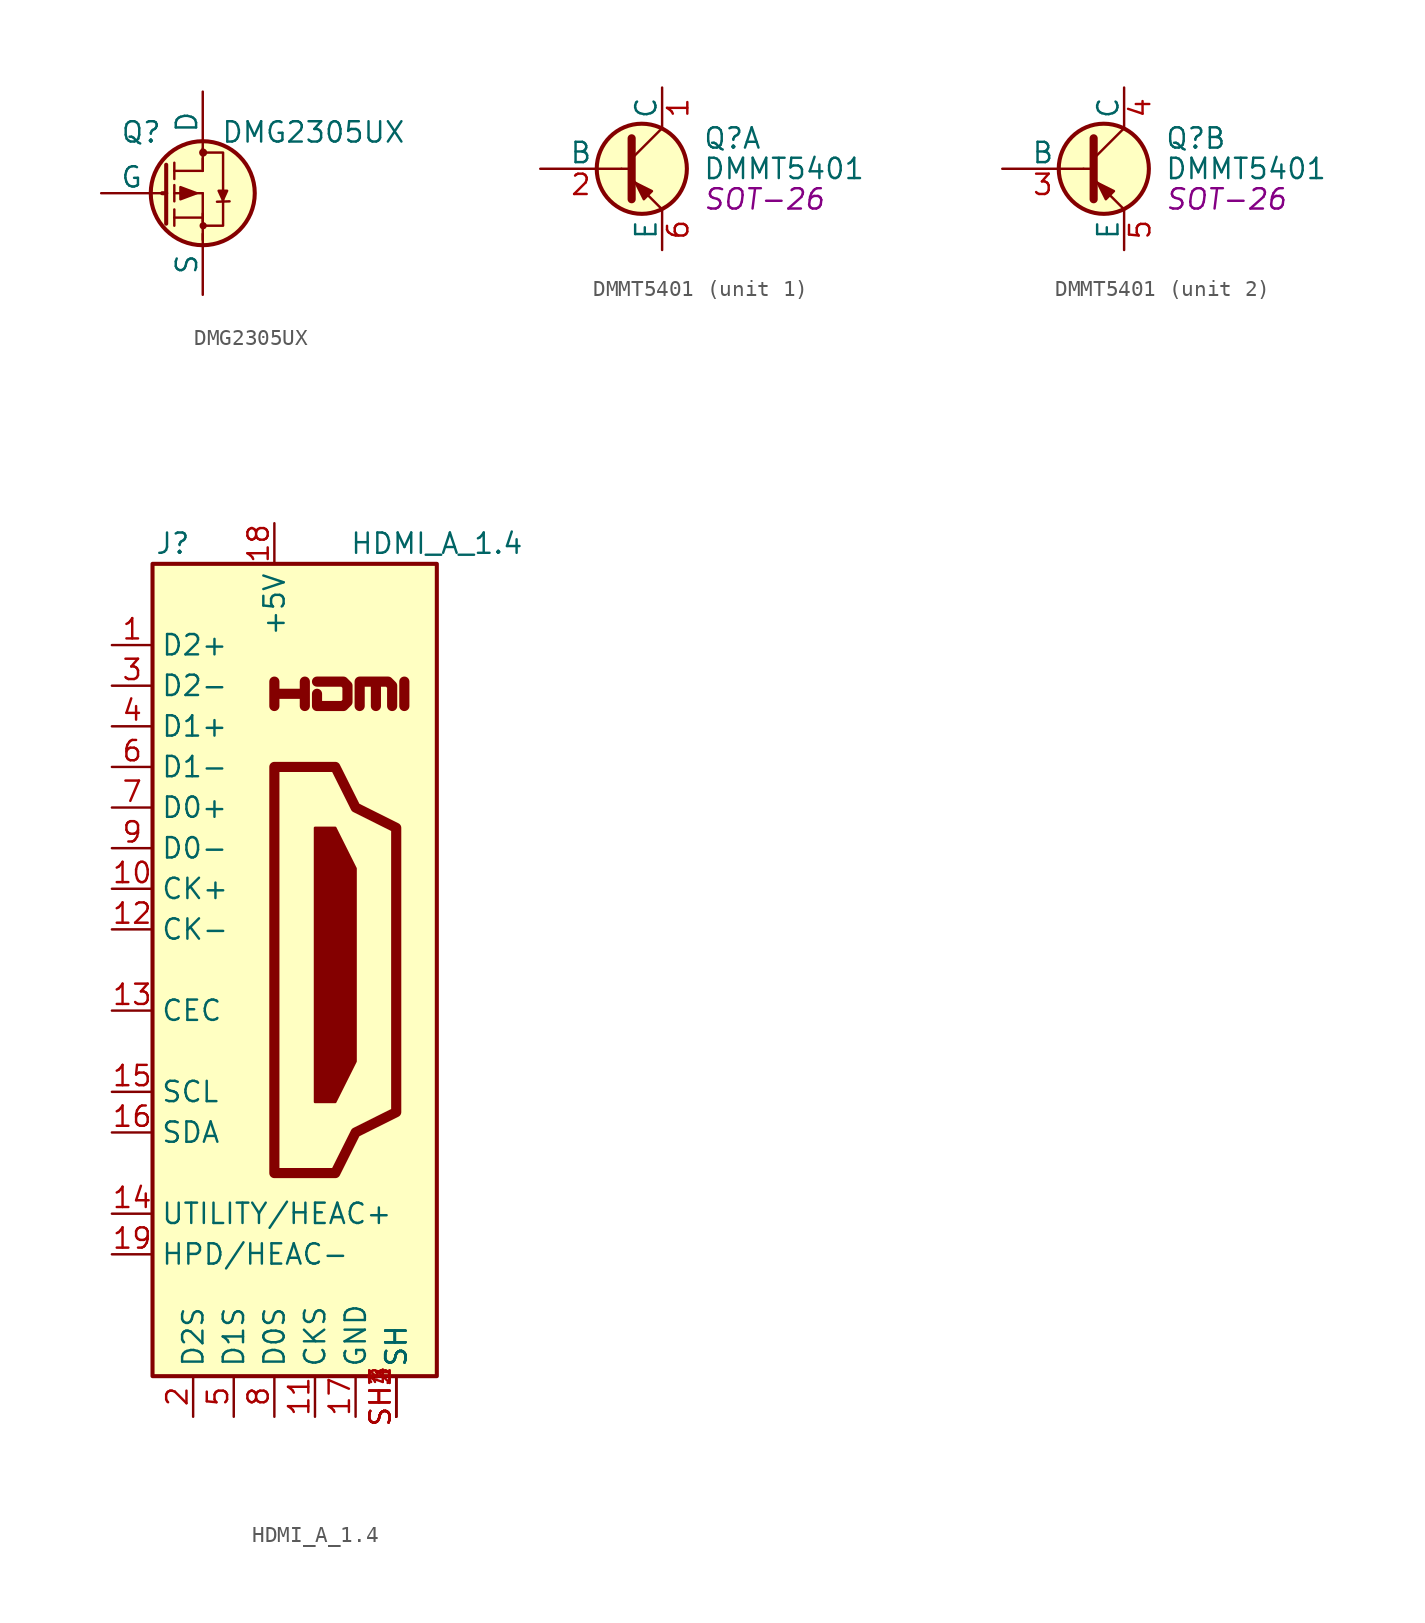
<source format=kicad_sym>
(kicad_symbol_lib
  (version 20201005)
  (generator kicad_symbol_editor)
  (symbol "CarPiPowerHat:DMG2305UX"
    (pin_numbers hide)
    (pin_names
      (offset 0))
    (property "Reference" "Q"
      (at -2.54 3.81 0)
      (effects (font (size 1.27 1.27)) (justify right)))
    (property "Value" "DMG2305UX"
      (at 12.7 3.81 0)
      (effects (font (size 1.27 1.27)) (justify right)))
    (property "Footprint" ""
      (at 5.08 4.953 0)
      (effects (font (size 1.27 1.27))))
    (property "Datasheet" ""
      (at -2.54 0 0)
      (effects (font (size 1.27 1.27))))
    (symbol "DMG2305UX_0_1"
      (circle (center 0.025 -2.032) (radius 0.152) (stroke (width 0)) (fill (type outline)))
      (circle (center 0.025 2.54) (radius 0.178) (stroke (width 0)) (fill (type outline)))
      (circle (center 0 0) (radius 3.251) (stroke (width 0.254)) (fill (type background)))
      (polyline (pts (xy -2.54 0) (xy -2.286 0)) (stroke (width 0.254)) (fill (type none)))
      (polyline (pts (xy -1.778 -1.524) (xy 0 -1.524)) (stroke (width 0)) (fill (type none)))
      (polyline (pts (xy -1.778 -1.016) (xy -1.778 -2.032)) (stroke (width 0)) (fill (type none)))
      (polyline (pts (xy -1.778 0) (xy 0 0)) (stroke (width 0)) (fill (type none)))
      (polyline (pts (xy -1.778 0.508) (xy -1.778 -0.508)) (stroke (width 0)) (fill (type none)))
      (polyline (pts (xy -1.778 1.397) (xy 0 1.397)) (stroke (width 0)) (fill (type none)))
      (polyline (pts (xy -1.778 1.905) (xy -1.778 0.889)) (stroke (width 0)) (fill (type none)))
      (polyline (pts (xy 0 -2.032) (xy 0 -2.921)) (stroke (width 0)) (fill (type none)))
      (polyline (pts (xy 0 -1.778) (xy 0 0)) (stroke (width 0)) (fill (type none)))
      (polyline (pts (xy 0 -1.27) (xy 0 -2.032)) (stroke (width 0)) (fill (type none)))
      (polyline (pts (xy 0 1.524) (xy 0 2.794)) (stroke (width 0)) (fill (type none)))
      (polyline (pts (xy 0 2.159) (xy 0 1.397)) (stroke (width 0)) (fill (type none)))
      (polyline (pts (xy 0.889 -0.533) (xy 1.676 -0.508)) (stroke (width 0)) (fill (type none)))
      (polyline (pts (xy -2.286 1.778) (xy -2.286 -1.905) (xy -2.286 -1.397) (xy -2.286 -1.651)) (stroke (width 0.254)) (fill (type none)))
      (polyline (pts (xy 0 2.54) (xy 1.27 2.54) (xy 1.27 0.508) (xy 1.27 -2.032) (xy 0 -2.032)) (stroke (width 0)) (fill (type none)))
      (polyline (pts (xy -0.381 0) (xy -1.397 0.381) (xy -1.397 -0.381) (xy -0.381 0)) (stroke (width 0)) (fill (type outline)))
      (polyline (pts (xy 1.27 -0.457) (xy 0.991 0.152) (xy 1.524 0.152) (xy 1.245 -0.457)) (stroke (width 0)) (fill (type outline))))
    (symbol "DMG2305UX_1_1"
      (pin input line (at -6.35 0 0) (length 3.81) (name "G" (effects (font (size 1.27 1.27)))) (number "1" (effects (font (size 1.27 1.27)))))
      (pin passive line (at 0 -6.35 90) (length 3.81) (name "S" (effects (font (size 1.27 1.27)))) (number "2" (effects (font (size 1.27 1.27)))))
      (pin passive line (at 0 6.35 270) (length 3.81) (name "D" (effects (font (size 1.27 1.27)))) (number "3" (effects (font (size 1.27 1.27)))))))
  (symbol "CarPiPowerHat:DMMT5401"
    (pin_names
      (offset 0))
    (property "Reference" "Q"
      (at 5.08 1.905 0)
      (effects (font (size 1.27 1.27)) (justify left)))
    (property "Value" "DMMT5401"
      (at 5.08 0 0)
      (effects (font (size 1.27 1.27)) (justify left)))
    (property "Footprint" "SOT-26"
      (at 5.08 -1.905 0)
      (effects (font (size 1.27 1.27) italic) (justify left)))
    (property "Datasheet" ""
      (at 0 0 0)
      (effects (font (size 1.27 1.27)) (justify left)))
    (symbol "DMMT5401_0_1"
      (circle (center 1.27 0) (radius 2.819) (stroke (width 0.254)) (fill (type background)))
      (polyline (pts (xy 0 0) (xy 0.635 0)) (stroke (width 0)) (fill (type none)))
      (polyline (pts (xy 2.54 -2.54) (xy 0.635 -0.635)) (stroke (width 0)) (fill (type none)))
      (polyline (pts (xy 2.54 2.54) (xy 0.635 0.635)) (stroke (width 0)) (fill (type none)))
      (polyline (pts (xy 0.635 1.905) (xy 0.635 -1.905) (xy 0.635 -1.905)) (stroke (width 0.508)) (fill (type outline)))
      (polyline (pts (xy 1.397 -1.905) (xy 1.905 -1.397) (xy 0.889 -0.889) (xy 1.397 -1.905) (xy 1.397 -1.905)) (stroke (width 0)) (fill (type outline))))
    (symbol "DMMT5401_1_1"
      (pin passive line (at 2.54 5.08 270) (length 2.54) (name "C" (effects (font (size 1.27 1.27)))) (number "1" (effects (font (size 1.27 1.27)))))
      (pin input line (at -5.08 0 0) (length 5.08) (name "B" (effects (font (size 1.27 1.27)))) (number "2" (effects (font (size 1.27 1.27)))))
      (pin passive line (at 2.54 -5.08 90) (length 2.54) (name "E" (effects (font (size 1.27 1.27)))) (number "6" (effects (font (size 1.27 1.27))))))
    (symbol "DMMT5401_2_1"
      (pin input line (at -5.08 0 0) (length 5.08) (name "B" (effects (font (size 1.27 1.27)))) (number "3" (effects (font (size 1.27 1.27)))))
      (pin passive line (at 2.54 5.08 270) (length 2.54) (name "C" (effects (font (size 1.27 1.27)))) (number "4" (effects (font (size 1.27 1.27)))))
      (pin passive line (at 2.54 -5.08 90) (length 2.54) (name "E" (effects (font (size 1.27 1.27)))) (number "5" (effects (font (size 1.27 1.27)))))))
  (symbol "CarPiPowerHat:HDMI_A_1.4"
    (property "Reference" "J"
      (at -6.35 26.67 0)
      (effects (font (size 1.27 1.27))))
    (property "Value" "HDMI_A_1.4"
      (at 10.16 26.67 0)
      (effects (font (size 1.27 1.27))))
    (symbol "HDMI_A_1.4_0_0"
      (polyline (pts (xy 8.128 16.51) (xy 8.128 18.034)) (stroke (width 0.635)) (fill (type none)))
      (polyline (pts (xy 0 16.51) (xy 0 18.034) (xy 0 17.272) (xy 1.905 17.272) (xy 1.905 18.034) (xy 1.905 16.51)) (stroke (width 0.635)) (fill (type none)))
      (polyline (pts (xy 2.667 18.034) (xy 4.318 18.034) (xy 4.572 17.78) (xy 4.572 16.764) (xy 4.318 16.51) (xy 2.667 16.51) (xy 2.667 17.272)) (stroke (width 0.635)) (fill (type none)))
      (pin passive line (at 7.62 -27.94 90) (length 2.54) (name "SH" (effects (font (size 1.27 1.27)))) (number "SH2" (effects (font (size 1.27 1.27)))))
      (pin passive line (at 7.62 -27.94 90) (length 2.54) (name "SH" (effects (font (size 1.27 1.27)))) (number "SH3" (effects (font (size 1.27 1.27)))))
      (pin passive line (at 7.62 -27.94 90) (length 2.54) (name "SH" (effects (font (size 1.27 1.27)))) (number "SH4" (effects (font (size 1.27 1.27))))))
    (symbol "HDMI_A_1.4_0_1"
      (rectangle (start -7.62 25.4) (end 10.16 -25.4) (stroke (width 0.254)) (fill (type background)))
      (polyline (pts (xy 5.334 16.51) (xy 5.334 18.034) (xy 6.35 18.034) (xy 6.35 16.51) (xy 6.35 18.034) (xy 7.112 18.034) (xy 7.366 17.78) (xy 7.366 16.51)) (stroke (width 0.635)) (fill (type none)))
      (polyline (pts (xy 0 12.7) (xy 0 -12.7) (xy 3.81 -12.7) (xy 5.08 -10.16) (xy 7.62 -8.89) (xy 7.62 8.89) (xy 5.08 10.16) (xy 3.81 12.7) (xy 0 12.7)) (stroke (width 0.635)) (fill (type none)))
      (polyline (pts (xy 2.54 8.89) (xy 3.81 8.89) (xy 5.08 6.35) (xy 5.08 -5.715) (xy 3.81 -8.255) (xy 2.54 -8.255) (xy 2.54 8.89)) (stroke (width 0)) (fill (type outline))))
    (symbol "HDMI_A_1.4_1_1"
      (pin passive line (at -10.16 20.32 0) (length 2.54) (name "D2+" (effects (font (size 1.27 1.27)))) (number "1" (effects (font (size 1.27 1.27)))))
      (pin passive line (at -10.16 5.08 0) (length 2.54) (name "CK+" (effects (font (size 1.27 1.27)))) (number "10" (effects (font (size 1.27 1.27)))))
      (pin power_in line (at 2.54 -27.94 90) (length 2.54) (name "CKS" (effects (font (size 1.27 1.27)))) (number "11" (effects (font (size 1.27 1.27)))))
      (pin passive line (at -10.16 2.54 0) (length 2.54) (name "CK-" (effects (font (size 1.27 1.27)))) (number "12" (effects (font (size 1.27 1.27)))))
      (pin bidirectional line (at -10.16 -2.54 0) (length 2.54) (name "CEC" (effects (font (size 1.27 1.27)))) (number "13" (effects (font (size 1.27 1.27)))))
      (pin passive line (at -10.16 -15.24 0) (length 2.54) (name "UTILITY/HEAC+" (effects (font (size 1.27 1.27)))) (number "14" (effects (font (size 1.27 1.27)))))
      (pin passive line (at -10.16 -7.62 0) (length 2.54) (name "SCL" (effects (font (size 1.27 1.27)))) (number "15" (effects (font (size 1.27 1.27)))))
      (pin bidirectional line (at -10.16 -10.16 0) (length 2.54) (name "SDA" (effects (font (size 1.27 1.27)))) (number "16" (effects (font (size 1.27 1.27)))))
      (pin power_in line (at 5.08 -27.94 90) (length 2.54) (name "GND" (effects (font (size 1.27 1.27)))) (number "17" (effects (font (size 1.27 1.27)))))
      (pin power_in line (at 0 27.94 270) (length 2.54) (name "+5V" (effects (font (size 1.27 1.27)))) (number "18" (effects (font (size 1.27 1.27)))))
      (pin passive line (at -10.16 -17.78 0) (length 2.54) (name "HPD/HEAC-" (effects (font (size 1.27 1.27)))) (number "19" (effects (font (size 1.27 1.27)))))
      (pin power_in line (at -5.08 -27.94 90) (length 2.54) (name "D2S" (effects (font (size 1.27 1.27)))) (number "2" (effects (font (size 1.27 1.27)))))
      (pin passive line (at -10.16 17.78 0) (length 2.54) (name "D2-" (effects (font (size 1.27 1.27)))) (number "3" (effects (font (size 1.27 1.27)))))
      (pin passive line (at -10.16 15.24 0) (length 2.54) (name "D1+" (effects (font (size 1.27 1.27)))) (number "4" (effects (font (size 1.27 1.27)))))
      (pin power_in line (at -2.54 -27.94 90) (length 2.54) (name "D1S" (effects (font (size 1.27 1.27)))) (number "5" (effects (font (size 1.27 1.27)))))
      (pin passive line (at -10.16 12.7 0) (length 2.54) (name "D1-" (effects (font (size 1.27 1.27)))) (number "6" (effects (font (size 1.27 1.27)))))
      (pin passive line (at -10.16 10.16 0) (length 2.54) (name "D0+" (effects (font (size 1.27 1.27)))) (number "7" (effects (font (size 1.27 1.27)))))
      (pin power_in line (at 0 -27.94 90) (length 2.54) (name "D0S" (effects (font (size 1.27 1.27)))) (number "8" (effects (font (size 1.27 1.27)))))
      (pin passive line (at -10.16 7.62 0) (length 2.54) (name "D0-" (effects (font (size 1.27 1.27)))) (number "9" (effects (font (size 1.27 1.27)))))
      (pin passive line (at 7.62 -27.94 90) (length 2.54) (name "SH" (effects (font (size 1.27 1.27)))) (number "SH1" (effects (font (size 1.27 1.27))))))))
</source>
